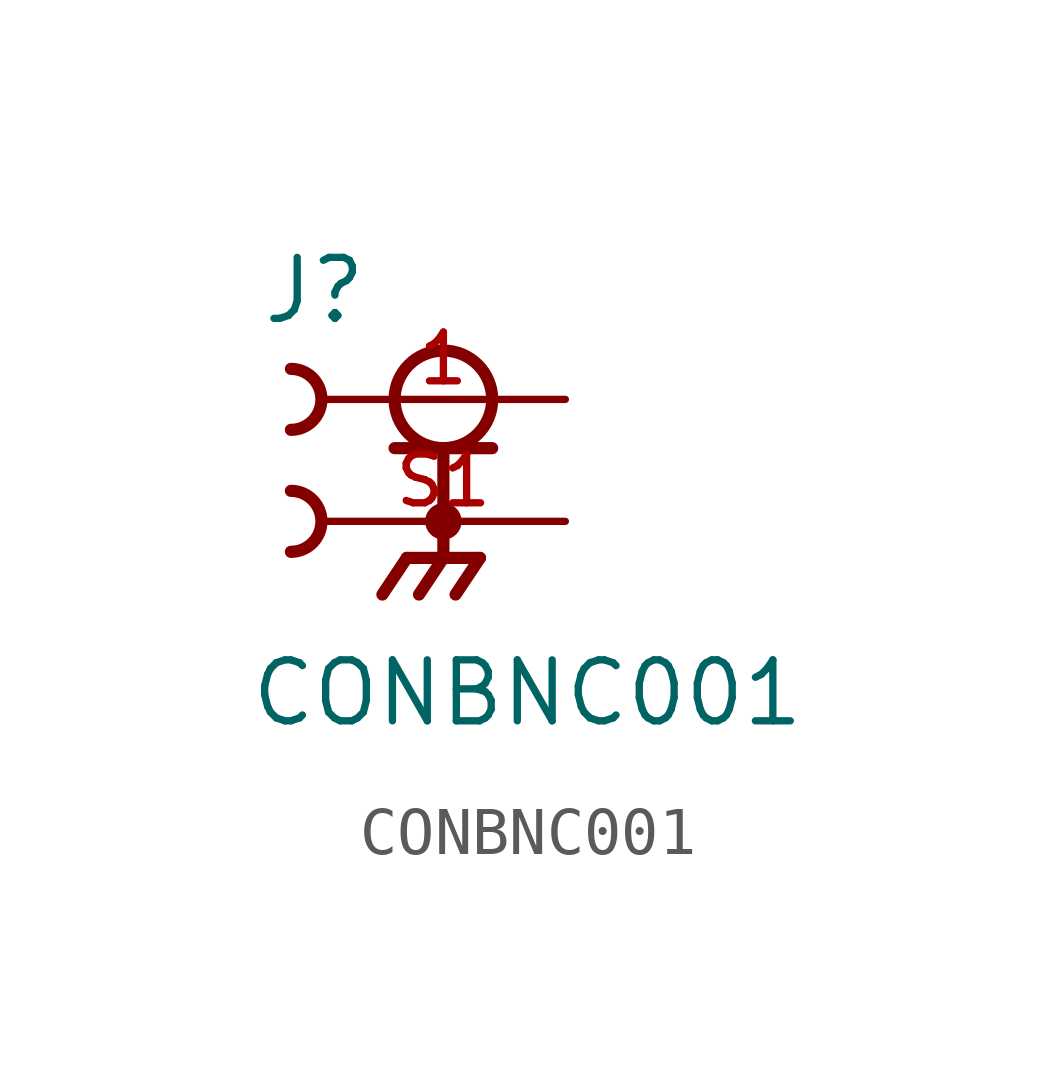
<source format=kicad_sym>
(kicad_symbol_lib
  (version 20211014)
  (generator kicad_symbol_editor)
  (symbol "CONBNC001"
    (pin_names
      (offset 1.016))
    (property "Reference" "J"
      (at -3.81 1.524 0)
      (effects (font (size 1.27 1.27)) (justify bottom left)))
    (property "Value" "CONBNC001"
      (at -4.064 -6.858 0)
      (effects (font (size 1.27 1.27)) (justify bottom left)))
    (symbol "CONBNC001_0_0"
      (circle (center 0.0 0.0) (radius 1.016) (stroke (width 0.254)) (fill (type none)))
      (polyline (pts (xy -1.016 -1.016) (xy 0.0 -1.016)) (stroke (width 0.254)))
      (polyline (pts (xy 0.0 -1.016) (xy 1.016 -1.016)) (stroke (width 0.254)))
      (polyline (pts (xy 0.0 -1.016) (xy 0.0 -3.302)) (stroke (width 0.254)))
      (circle (center 0.0 -2.54) (radius 0.254) (stroke (width 0.254)) (fill (type none)))
      (polyline (pts (xy 0.0 -3.302) (xy -0.762 -3.302)) (stroke (width 0.254)))
      (polyline (pts (xy 0.0 -3.302) (xy 0.762 -3.302)) (stroke (width 0.254)))
      (polyline (pts (xy -0.762 -3.302) (xy -1.27 -4.064)) (stroke (width 0.254)))
      (polyline (pts (xy 0.0 -3.302) (xy -0.508 -4.064)) (stroke (width 0.254)))
      (polyline (pts (xy 0.762 -3.302) (xy 0.254 -4.064)) (stroke (width 0.254)))
      (arc (start -3.175 0.635) (mid -2.54 -0.0) (end -3.175 -0.635) (stroke (width 0.254) (type default) (color 0 0 0 0)) (fill (type none)))
      (arc (start -3.175 -1.905) (mid -2.54 -2.54) (end -3.175 -3.175) (stroke (width 0.254) (type default) (color 0 0 0 0)) (fill (type none)))
      (pin passive line (at 2.54 0.0 180.0) (length 5.08) (name "~" (effects (font (size 1.016 1.016)))) (number "1" (effects (font (size 1.016 1.016)))))
      (pin passive line (at 2.54 -2.54 180.0) (length 5.08) (name "~" (effects (font (size 1.016 1.016)))) (number "S1" (effects (font (size 1.016 1.016)))))
      (pin passive line (at 2.54 -2.54 180.0) (length 5.08) hide (name "~" (effects (font (size 1.016 1.016)))) (number "S2" (effects (font (size 1.016 1.016)))))
      (pin passive line (at 2.54 -2.54 180.0) (length 5.08) hide (name "~" (effects (font (size 1.016 1.016)))) (number "S3" (effects (font (size 1.016 1.016)))))
      (pin passive line (at 2.54 -2.54 180.0) (length 5.08) hide (name "~" (effects (font (size 1.016 1.016)))) (number "S4" (effects (font (size 1.016 1.016))))))))
</source>
